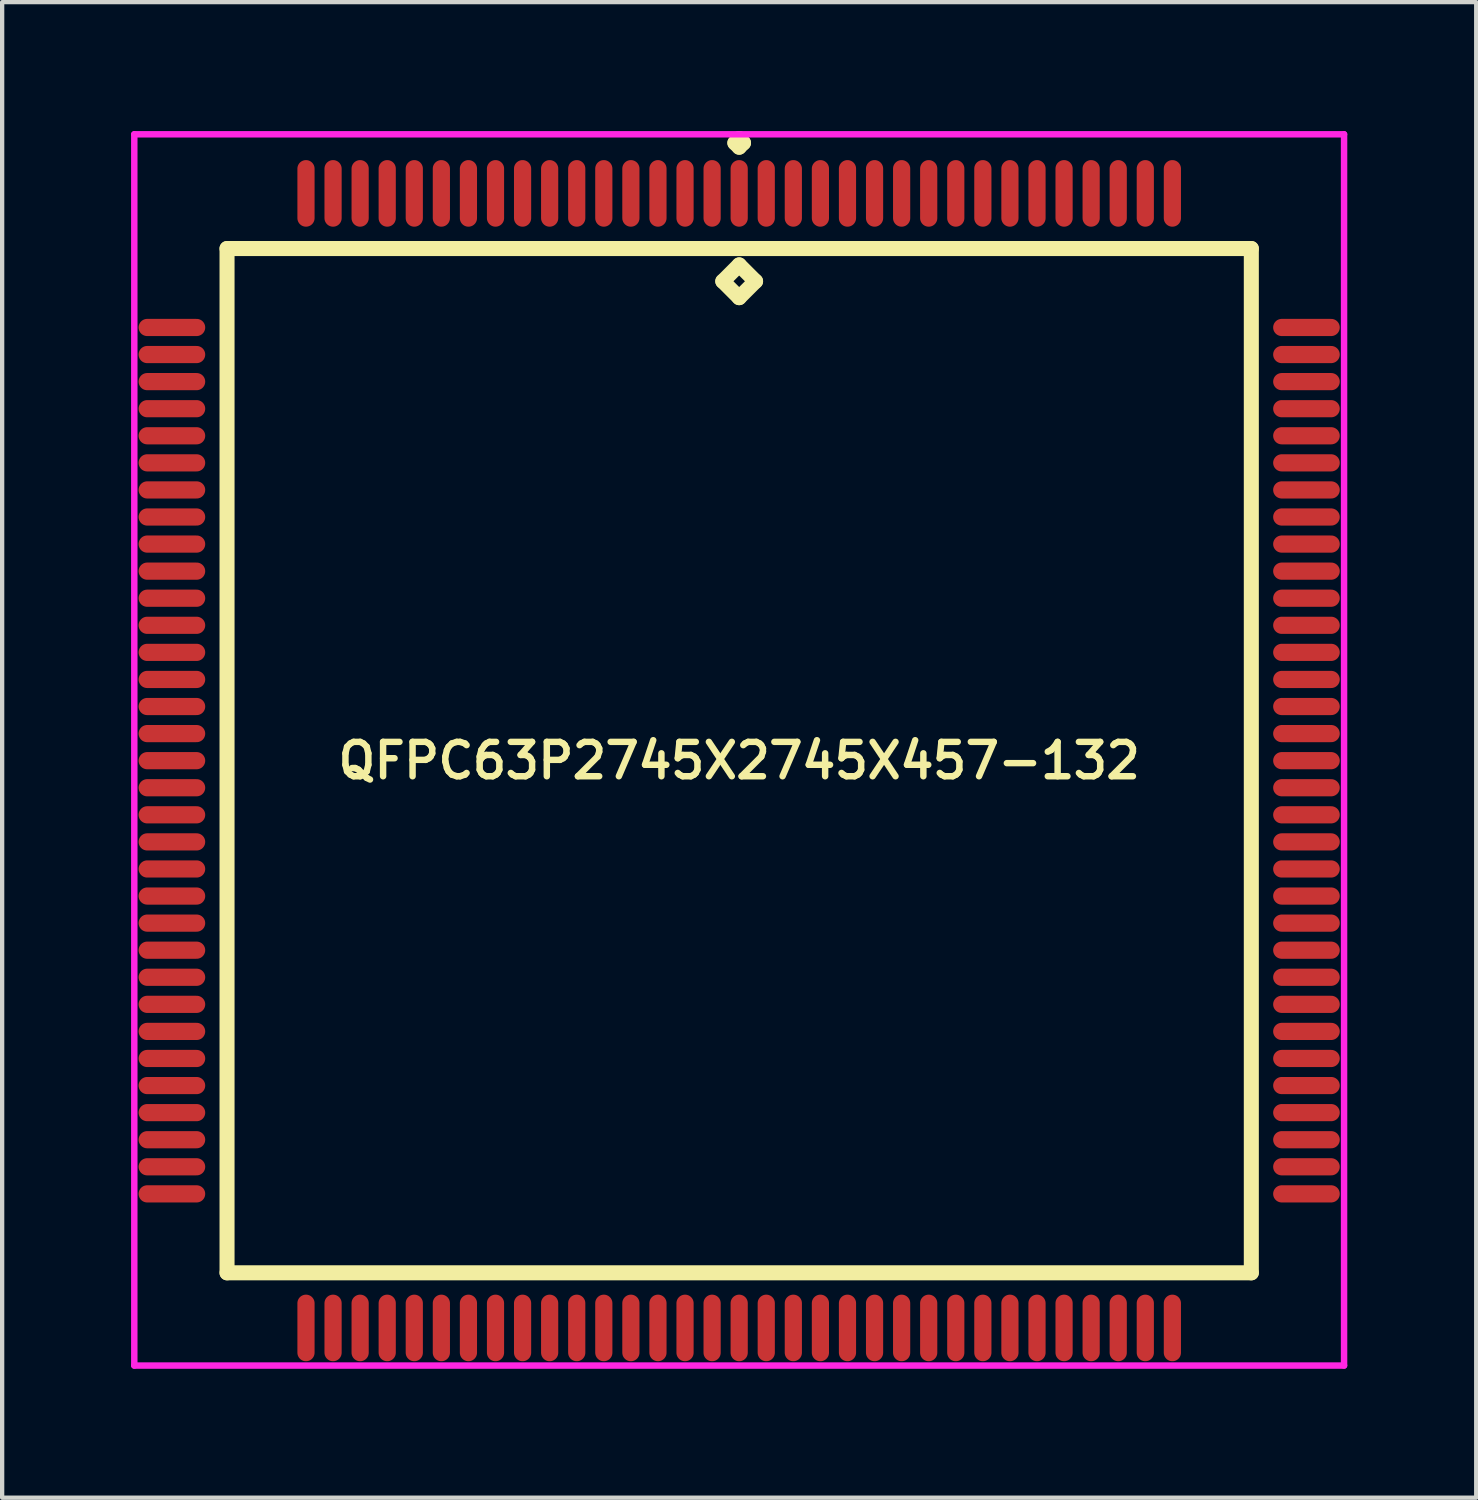
<source format=kicad_pcb>
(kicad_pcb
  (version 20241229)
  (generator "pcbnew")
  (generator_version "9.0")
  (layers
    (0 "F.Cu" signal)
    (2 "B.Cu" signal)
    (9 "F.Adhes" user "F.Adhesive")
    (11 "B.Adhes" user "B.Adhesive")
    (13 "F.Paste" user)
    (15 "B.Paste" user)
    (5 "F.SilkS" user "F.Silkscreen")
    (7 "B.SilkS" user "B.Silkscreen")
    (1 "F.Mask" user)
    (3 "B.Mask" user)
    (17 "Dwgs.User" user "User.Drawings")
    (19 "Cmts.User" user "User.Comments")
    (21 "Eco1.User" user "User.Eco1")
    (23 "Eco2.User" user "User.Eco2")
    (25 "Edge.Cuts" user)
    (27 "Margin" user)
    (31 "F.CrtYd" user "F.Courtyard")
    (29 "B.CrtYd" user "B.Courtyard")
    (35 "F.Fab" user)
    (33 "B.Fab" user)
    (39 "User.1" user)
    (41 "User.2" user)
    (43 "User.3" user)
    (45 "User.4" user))
  (footprint "QFPC63P2745X2745X457-132"
    (layer "F.Cu")
    (at 14.15 14.65)
    (property "Reference" "QFPC63P2745X2745X457-132" (at 0 0 0) (layer "F.SilkS") (effects (font (size 0.8 0.8) (thickness 0.15))))
    (attr smd)
    (fp_line (start -11.917 -11.917) (end -11.917 11.917) (stroke (width 0.35) (type solid)) (layer "F.SilkS"))
    (fp_line (start -11.917 11.917) (end 11.917 11.917) (stroke (width 0.35) (type solid)) (layer "F.SilkS"))
    (fp_line (start -0.381 -11.155) (end 0 -11.536) (stroke (width 0.35) (type solid)) (layer "F.SilkS"))
    (fp_line (start -0.1 -14.375) (end 0 -14.475) (stroke (width 0.35) (type solid)) (layer "F.SilkS"))
    (fp_line (start 0 -14.475) (end 0.1 -14.375) (stroke (width 0.35) (type solid)) (layer "F.SilkS"))
    (fp_line (start 0 -14.275) (end -0.1 -14.375) (stroke (width 0.35) (type solid)) (layer "F.SilkS"))
    (fp_line (start 0 -11.536) (end 0.381 -11.155) (stroke (width 0.35) (type solid)) (layer "F.SilkS"))
    (fp_line (start 0 -10.774) (end -0.381 -11.155) (stroke (width 0.35) (type solid)) (layer "F.SilkS"))
    (fp_line (start 0.1 -14.375) (end 0 -14.275) (stroke (width 0.35) (type solid)) (layer "F.SilkS"))
    (fp_line (start 0.381 -11.155) (end 0 -10.774) (stroke (width 0.35) (type solid)) (layer "F.SilkS"))
    (fp_line (start 11.917 -11.917) (end -11.917 -11.917) (stroke (width 0.35) (type solid)) (layer "F.SilkS"))
    (fp_line (start 11.917 11.917) (end 11.917 -11.917) (stroke (width 0.35) (type solid)) (layer "F.SilkS"))
    (fp_line (start -14.075 -14.575) (end 14.075 -14.575) (stroke (width 0.15) (type solid)) (layer "F.CrtYd"))
    (fp_line (start -14.075 14.075) (end -14.075 -14.575) (stroke (width 0.15) (type solid)) (layer "F.CrtYd"))
    (fp_line (start 14.075 -14.575) (end 14.075 14.075) (stroke (width 0.15) (type solid)) (layer "F.CrtYd"))
    (fp_line (start 14.075 14.075) (end -14.075 14.075) (stroke (width 0.15) (type solid)) (layer "F.CrtYd"))
    (pad "1" smd oval (at 0 -13.2) (size 0.4 1.55) (layers "F.Cu" "F.Mask" "F.Paste"))
    (pad "2" smd oval (at -0.63 -13.2) (size 0.4 1.55) (layers "F.Cu" "F.Mask" "F.Paste"))
    (pad "3" smd oval (at -1.26 -13.2) (size 0.4 1.55) (layers "F.Cu" "F.Mask" "F.Paste"))
    (pad "4" smd oval (at -1.89 -13.2) (size 0.4 1.55) (layers "F.Cu" "F.Mask" "F.Paste"))
    (pad "5" smd oval (at -2.52 -13.2) (size 0.4 1.55) (layers "F.Cu" "F.Mask" "F.Paste"))
    (pad "6" smd oval (at -3.15 -13.2) (size 0.4 1.55) (layers "F.Cu" "F.Mask" "F.Paste"))
    (pad "7" smd oval (at -3.78 -13.2) (size 0.4 1.55) (layers "F.Cu" "F.Mask" "F.Paste"))
    (pad "8" smd oval (at -4.41 -13.2) (size 0.4 1.55) (layers "F.Cu" "F.Mask" "F.Paste"))
    (pad "9" smd oval (at -5.04 -13.2) (size 0.4 1.55) (layers "F.Cu" "F.Mask" "F.Paste"))
    (pad "10" smd oval (at -5.67 -13.2) (size 0.4 1.55) (layers "F.Cu" "F.Mask" "F.Paste"))
    (pad "11" smd oval (at -6.3 -13.2) (size 0.4 1.55) (layers "F.Cu" "F.Mask" "F.Paste"))
    (pad "12" smd oval (at -6.93 -13.2) (size 0.4 1.55) (layers "F.Cu" "F.Mask" "F.Paste"))
    (pad "13" smd oval (at -7.56 -13.2) (size 0.4 1.55) (layers "F.Cu" "F.Mask" "F.Paste"))
    (pad "14" smd oval (at -8.19 -13.2) (size 0.4 1.55) (layers "F.Cu" "F.Mask" "F.Paste"))
    (pad "15" smd oval (at -8.82 -13.2) (size 0.4 1.55) (layers "F.Cu" "F.Mask" "F.Paste"))
    (pad "16" smd oval (at -9.45 -13.2) (size 0.4 1.55) (layers "F.Cu" "F.Mask" "F.Paste"))
    (pad "17" smd oval (at -10.08 -13.2) (size 0.4 1.55) (layers "F.Cu" "F.Mask" "F.Paste"))
    (pad "18" smd oval (at -13.2 -10.08) (size 1.55 0.4) (layers "F.Cu" "F.Mask" "F.Paste"))
    (pad "19" smd oval (at -13.2 -9.45) (size 1.55 0.4) (layers "F.Cu" "F.Mask" "F.Paste"))
    (pad "20" smd oval (at -13.2 -8.82) (size 1.55 0.4) (layers "F.Cu" "F.Mask" "F.Paste"))
    (pad "21" smd oval (at -13.2 -8.19) (size 1.55 0.4) (layers "F.Cu" "F.Mask" "F.Paste"))
    (pad "22" smd oval (at -13.2 -7.56) (size 1.55 0.4) (layers "F.Cu" "F.Mask" "F.Paste"))
    (pad "23" smd oval (at -13.2 -6.93) (size 1.55 0.4) (layers "F.Cu" "F.Mask" "F.Paste"))
    (pad "24" smd oval (at -13.2 -6.3) (size 1.55 0.4) (layers "F.Cu" "F.Mask" "F.Paste"))
    (pad "25" smd oval (at -13.2 -5.67) (size 1.55 0.4) (layers "F.Cu" "F.Mask" "F.Paste"))
    (pad "26" smd oval (at -13.2 -5.04) (size 1.55 0.4) (layers "F.Cu" "F.Mask" "F.Paste"))
    (pad "27" smd oval (at -13.2 -4.41) (size 1.55 0.4) (layers "F.Cu" "F.Mask" "F.Paste"))
    (pad "28" smd oval (at -13.2 -3.78) (size 1.55 0.4) (layers "F.Cu" "F.Mask" "F.Paste"))
    (pad "29" smd oval (at -13.2 -3.15) (size 1.55 0.4) (layers "F.Cu" "F.Mask" "F.Paste"))
    (pad "30" smd oval (at -13.2 -2.52) (size 1.55 0.4) (layers "F.Cu" "F.Mask" "F.Paste"))
    (pad "31" smd oval (at -13.2 -1.89) (size 1.55 0.4) (layers "F.Cu" "F.Mask" "F.Paste"))
    (pad "32" smd oval (at -13.2 -1.26) (size 1.55 0.4) (layers "F.Cu" "F.Mask" "F.Paste"))
    (pad "33" smd oval (at -13.2 -0.63) (size 1.55 0.4) (layers "F.Cu" "F.Mask" "F.Paste"))
    (pad "34" smd oval (at -13.2 0) (size 1.55 0.4) (layers "F.Cu" "F.Mask" "F.Paste"))
    (pad "35" smd oval (at -13.2 0.63) (size 1.55 0.4) (layers "F.Cu" "F.Mask" "F.Paste"))
    (pad "36" smd oval (at -13.2 1.26) (size 1.55 0.4) (layers "F.Cu" "F.Mask" "F.Paste"))
    (pad "37" smd oval (at -13.2 1.89) (size 1.55 0.4) (layers "F.Cu" "F.Mask" "F.Paste"))
    (pad "38" smd oval (at -13.2 2.52) (size 1.55 0.4) (layers "F.Cu" "F.Mask" "F.Paste"))
    (pad "39" smd oval (at -13.2 3.15) (size 1.55 0.4) (layers "F.Cu" "F.Mask" "F.Paste"))
    (pad "40" smd oval (at -13.2 3.78) (size 1.55 0.4) (layers "F.Cu" "F.Mask" "F.Paste"))
    (pad "41" smd oval (at -13.2 4.41) (size 1.55 0.4) (layers "F.Cu" "F.Mask" "F.Paste"))
    (pad "42" smd oval (at -13.2 5.04) (size 1.55 0.4) (layers "F.Cu" "F.Mask" "F.Paste"))
    (pad "43" smd oval (at -13.2 5.67) (size 1.55 0.4) (layers "F.Cu" "F.Mask" "F.Paste"))
    (pad "44" smd oval (at -13.2 6.3) (size 1.55 0.4) (layers "F.Cu" "F.Mask" "F.Paste"))
    (pad "45" smd oval (at -13.2 6.93) (size 1.55 0.4) (layers "F.Cu" "F.Mask" "F.Paste"))
    (pad "46" smd oval (at -13.2 7.56) (size 1.55 0.4) (layers "F.Cu" "F.Mask" "F.Paste"))
    (pad "47" smd oval (at -13.2 8.19) (size 1.55 0.4) (layers "F.Cu" "F.Mask" "F.Paste"))
    (pad "48" smd oval (at -13.2 8.82) (size 1.55 0.4) (layers "F.Cu" "F.Mask" "F.Paste"))
    (pad "49" smd oval (at -13.2 9.45) (size 1.55 0.4) (layers "F.Cu" "F.Mask" "F.Paste"))
    (pad "50" smd oval (at -13.2 10.08) (size 1.55 0.4) (layers "F.Cu" "F.Mask" "F.Paste"))
    (pad "51" smd oval (at -10.08 13.2) (size 0.4 1.55) (layers "F.Cu" "F.Mask" "F.Paste"))
    (pad "52" smd oval (at -9.45 13.2) (size 0.4 1.55) (layers "F.Cu" "F.Mask" "F.Paste"))
    (pad "53" smd oval (at -8.82 13.2) (size 0.4 1.55) (layers "F.Cu" "F.Mask" "F.Paste"))
    (pad "54" smd oval (at -8.19 13.2) (size 0.4 1.55) (layers "F.Cu" "F.Mask" "F.Paste"))
    (pad "55" smd oval (at -7.56 13.2) (size 0.4 1.55) (layers "F.Cu" "F.Mask" "F.Paste"))
    (pad "56" smd oval (at -6.93 13.2) (size 0.4 1.55) (layers "F.Cu" "F.Mask" "F.Paste"))
    (pad "57" smd oval (at -6.3 13.2) (size 0.4 1.55) (layers "F.Cu" "F.Mask" "F.Paste"))
    (pad "58" smd oval (at -5.67 13.2) (size 0.4 1.55) (layers "F.Cu" "F.Mask" "F.Paste"))
    (pad "59" smd oval (at -5.04 13.2) (size 0.4 1.55) (layers "F.Cu" "F.Mask" "F.Paste"))
    (pad "60" smd oval (at -4.41 13.2) (size 0.4 1.55) (layers "F.Cu" "F.Mask" "F.Paste"))
    (pad "61" smd oval (at -3.78 13.2) (size 0.4 1.55) (layers "F.Cu" "F.Mask" "F.Paste"))
    (pad "62" smd oval (at -3.15 13.2) (size 0.4 1.55) (layers "F.Cu" "F.Mask" "F.Paste"))
    (pad "63" smd oval (at -2.52 13.2) (size 0.4 1.55) (layers "F.Cu" "F.Mask" "F.Paste"))
    (pad "64" smd oval (at -1.89 13.2) (size 0.4 1.55) (layers "F.Cu" "F.Mask" "F.Paste"))
    (pad "65" smd oval (at -1.26 13.2) (size 0.4 1.55) (layers "F.Cu" "F.Mask" "F.Paste"))
    (pad "66" smd oval (at -0.63 13.2) (size 0.4 1.55) (layers "F.Cu" "F.Mask" "F.Paste"))
    (pad "67" smd oval (at 0 13.2) (size 0.4 1.55) (layers "F.Cu" "F.Mask" "F.Paste"))
    (pad "68" smd oval (at 0.63 13.2) (size 0.4 1.55) (layers "F.Cu" "F.Mask" "F.Paste"))
    (pad "69" smd oval (at 1.26 13.2) (size 0.4 1.55) (layers "F.Cu" "F.Mask" "F.Paste"))
    (pad "70" smd oval (at 1.89 13.2) (size 0.4 1.55) (layers "F.Cu" "F.Mask" "F.Paste"))
    (pad "71" smd oval (at 2.52 13.2) (size 0.4 1.55) (layers "F.Cu" "F.Mask" "F.Paste"))
    (pad "72" smd oval (at 3.15 13.2) (size 0.4 1.55) (layers "F.Cu" "F.Mask" "F.Paste"))
    (pad "73" smd oval (at 3.78 13.2) (size 0.4 1.55) (layers "F.Cu" "F.Mask" "F.Paste"))
    (pad "74" smd oval (at 4.41 13.2) (size 0.4 1.55) (layers "F.Cu" "F.Mask" "F.Paste"))
    (pad "75" smd oval (at 5.04 13.2) (size 0.4 1.55) (layers "F.Cu" "F.Mask" "F.Paste"))
    (pad "76" smd oval (at 5.67 13.2) (size 0.4 1.55) (layers "F.Cu" "F.Mask" "F.Paste"))
    (pad "77" smd oval (at 6.3 13.2) (size 0.4 1.55) (layers "F.Cu" "F.Mask" "F.Paste"))
    (pad "78" smd oval (at 6.93 13.2) (size 0.4 1.55) (layers "F.Cu" "F.Mask" "F.Paste"))
    (pad "79" smd oval (at 7.56 13.2) (size 0.4 1.55) (layers "F.Cu" "F.Mask" "F.Paste"))
    (pad "80" smd oval (at 8.19 13.2) (size 0.4 1.55) (layers "F.Cu" "F.Mask" "F.Paste"))
    (pad "81" smd oval (at 8.82 13.2) (size 0.4 1.55) (layers "F.Cu" "F.Mask" "F.Paste"))
    (pad "82" smd oval (at 9.45 13.2) (size 0.4 1.55) (layers "F.Cu" "F.Mask" "F.Paste"))
    (pad "83" smd oval (at 10.08 13.2) (size 0.4 1.55) (layers "F.Cu" "F.Mask" "F.Paste"))
    (pad "84" smd oval (at 13.2 10.08) (size 1.55 0.4) (layers "F.Cu" "F.Mask" "F.Paste"))
    (pad "85" smd oval (at 13.2 9.45) (size 1.55 0.4) (layers "F.Cu" "F.Mask" "F.Paste"))
    (pad "86" smd oval (at 13.2 8.82) (size 1.55 0.4) (layers "F.Cu" "F.Mask" "F.Paste"))
    (pad "87" smd oval (at 13.2 8.19) (size 1.55 0.4) (layers "F.Cu" "F.Mask" "F.Paste"))
    (pad "88" smd oval (at 13.2 7.56) (size 1.55 0.4) (layers "F.Cu" "F.Mask" "F.Paste"))
    (pad "89" smd oval (at 13.2 6.93) (size 1.55 0.4) (layers "F.Cu" "F.Mask" "F.Paste"))
    (pad "90" smd oval (at 13.2 6.3) (size 1.55 0.4) (layers "F.Cu" "F.Mask" "F.Paste"))
    (pad "91" smd oval (at 13.2 5.67) (size 1.55 0.4) (layers "F.Cu" "F.Mask" "F.Paste"))
    (pad "92" smd oval (at 13.2 5.04) (size 1.55 0.4) (layers "F.Cu" "F.Mask" "F.Paste"))
    (pad "93" smd oval (at 13.2 4.41) (size 1.55 0.4) (layers "F.Cu" "F.Mask" "F.Paste"))
    (pad "94" smd oval (at 13.2 3.78) (size 1.55 0.4) (layers "F.Cu" "F.Mask" "F.Paste"))
    (pad "95" smd oval (at 13.2 3.15) (size 1.55 0.4) (layers "F.Cu" "F.Mask" "F.Paste"))
    (pad "96" smd oval (at 13.2 2.52) (size 1.55 0.4) (layers "F.Cu" "F.Mask" "F.Paste"))
    (pad "97" smd oval (at 13.2 1.89) (size 1.55 0.4) (layers "F.Cu" "F.Mask" "F.Paste"))
    (pad "98" smd oval (at 13.2 1.26) (size 1.55 0.4) (layers "F.Cu" "F.Mask" "F.Paste"))
    (pad "99" smd oval (at 13.2 0.63) (size 1.55 0.4) (layers "F.Cu" "F.Mask" "F.Paste"))
    (pad "100" smd oval (at 13.2 0) (size 1.55 0.4) (layers "F.Cu" "F.Mask" "F.Paste"))
    (pad "101" smd oval (at 13.2 -0.63) (size 1.55 0.4) (layers "F.Cu" "F.Mask" "F.Paste"))
    (pad "102" smd oval (at 13.2 -1.26) (size 1.55 0.4) (layers "F.Cu" "F.Mask" "F.Paste"))
    (pad "103" smd oval (at 13.2 -1.89) (size 1.55 0.4) (layers "F.Cu" "F.Mask" "F.Paste"))
    (pad "104" smd oval (at 13.2 -2.52) (size 1.55 0.4) (layers "F.Cu" "F.Mask" "F.Paste"))
    (pad "105" smd oval (at 13.2 -3.15) (size 1.55 0.4) (layers "F.Cu" "F.Mask" "F.Paste"))
    (pad "106" smd oval (at 13.2 -3.78) (size 1.55 0.4) (layers "F.Cu" "F.Mask" "F.Paste"))
    (pad "107" smd oval (at 13.2 -4.41) (size 1.55 0.4) (layers "F.Cu" "F.Mask" "F.Paste"))
    (pad "108" smd oval (at 13.2 -5.04) (size 1.55 0.4) (layers "F.Cu" "F.Mask" "F.Paste"))
    (pad "109" smd oval (at 13.2 -5.67) (size 1.55 0.4) (layers "F.Cu" "F.Mask" "F.Paste"))
    (pad "110" smd oval (at 13.2 -6.3) (size 1.55 0.4) (layers "F.Cu" "F.Mask" "F.Paste"))
    (pad "111" smd oval (at 13.2 -6.93) (size 1.55 0.4) (layers "F.Cu" "F.Mask" "F.Paste"))
    (pad "112" smd oval (at 13.2 -7.56) (size 1.55 0.4) (layers "F.Cu" "F.Mask" "F.Paste"))
    (pad "113" smd oval (at 13.2 -8.19) (size 1.55 0.4) (layers "F.Cu" "F.Mask" "F.Paste"))
    (pad "114" smd oval (at 13.2 -8.82) (size 1.55 0.4) (layers "F.Cu" "F.Mask" "F.Paste"))
    (pad "115" smd oval (at 13.2 -9.45) (size 1.55 0.4) (layers "F.Cu" "F.Mask" "F.Paste"))
    (pad "116" smd oval (at 13.2 -10.08) (size 1.55 0.4) (layers "F.Cu" "F.Mask" "F.Paste"))
    (pad "117" smd oval (at 10.08 -13.2) (size 0.4 1.55) (layers "F.Cu" "F.Mask" "F.Paste"))
    (pad "118" smd oval (at 9.45 -13.2) (size 0.4 1.55) (layers "F.Cu" "F.Mask" "F.Paste"))
    (pad "119" smd oval (at 8.82 -13.2) (size 0.4 1.55) (layers "F.Cu" "F.Mask" "F.Paste"))
    (pad "120" smd oval (at 8.19 -13.2) (size 0.4 1.55) (layers "F.Cu" "F.Mask" "F.Paste"))
    (pad "121" smd oval (at 7.56 -13.2) (size 0.4 1.55) (layers "F.Cu" "F.Mask" "F.Paste"))
    (pad "122" smd oval (at 6.93 -13.2) (size 0.4 1.55) (layers "F.Cu" "F.Mask" "F.Paste"))
    (pad "123" smd oval (at 6.3 -13.2) (size 0.4 1.55) (layers "F.Cu" "F.Mask" "F.Paste"))
    (pad "124" smd oval (at 5.67 -13.2) (size 0.4 1.55) (layers "F.Cu" "F.Mask" "F.Paste"))
    (pad "125" smd oval (at 5.04 -13.2) (size 0.4 1.55) (layers "F.Cu" "F.Mask" "F.Paste"))
    (pad "126" smd oval (at 4.41 -13.2) (size 0.4 1.55) (layers "F.Cu" "F.Mask" "F.Paste"))
    (pad "127" smd oval (at 3.78 -13.2) (size 0.4 1.55) (layers "F.Cu" "F.Mask" "F.Paste"))
    (pad "128" smd oval (at 3.15 -13.2) (size 0.4 1.55) (layers "F.Cu" "F.Mask" "F.Paste"))
    (pad "129" smd oval (at 2.52 -13.2) (size 0.4 1.55) (layers "F.Cu" "F.Mask" "F.Paste"))
    (pad "130" smd oval (at 1.89 -13.2) (size 0.4 1.55) (layers "F.Cu" "F.Mask" "F.Paste"))
    (pad "131" smd oval (at 1.26 -13.2) (size 0.4 1.55) (layers "F.Cu" "F.Mask" "F.Paste"))
    (pad "132" smd oval (at 0.63 -13.2) (size 0.4 1.55) (layers "F.Cu" "F.Mask" "F.Paste")))
  (gr_rect
    (start -3 -3)
    (end 31.3 31.8)
    (stroke (width 0.1) (type default))
    (fill no)
    (layer "Edge.Cuts")))
</source>
